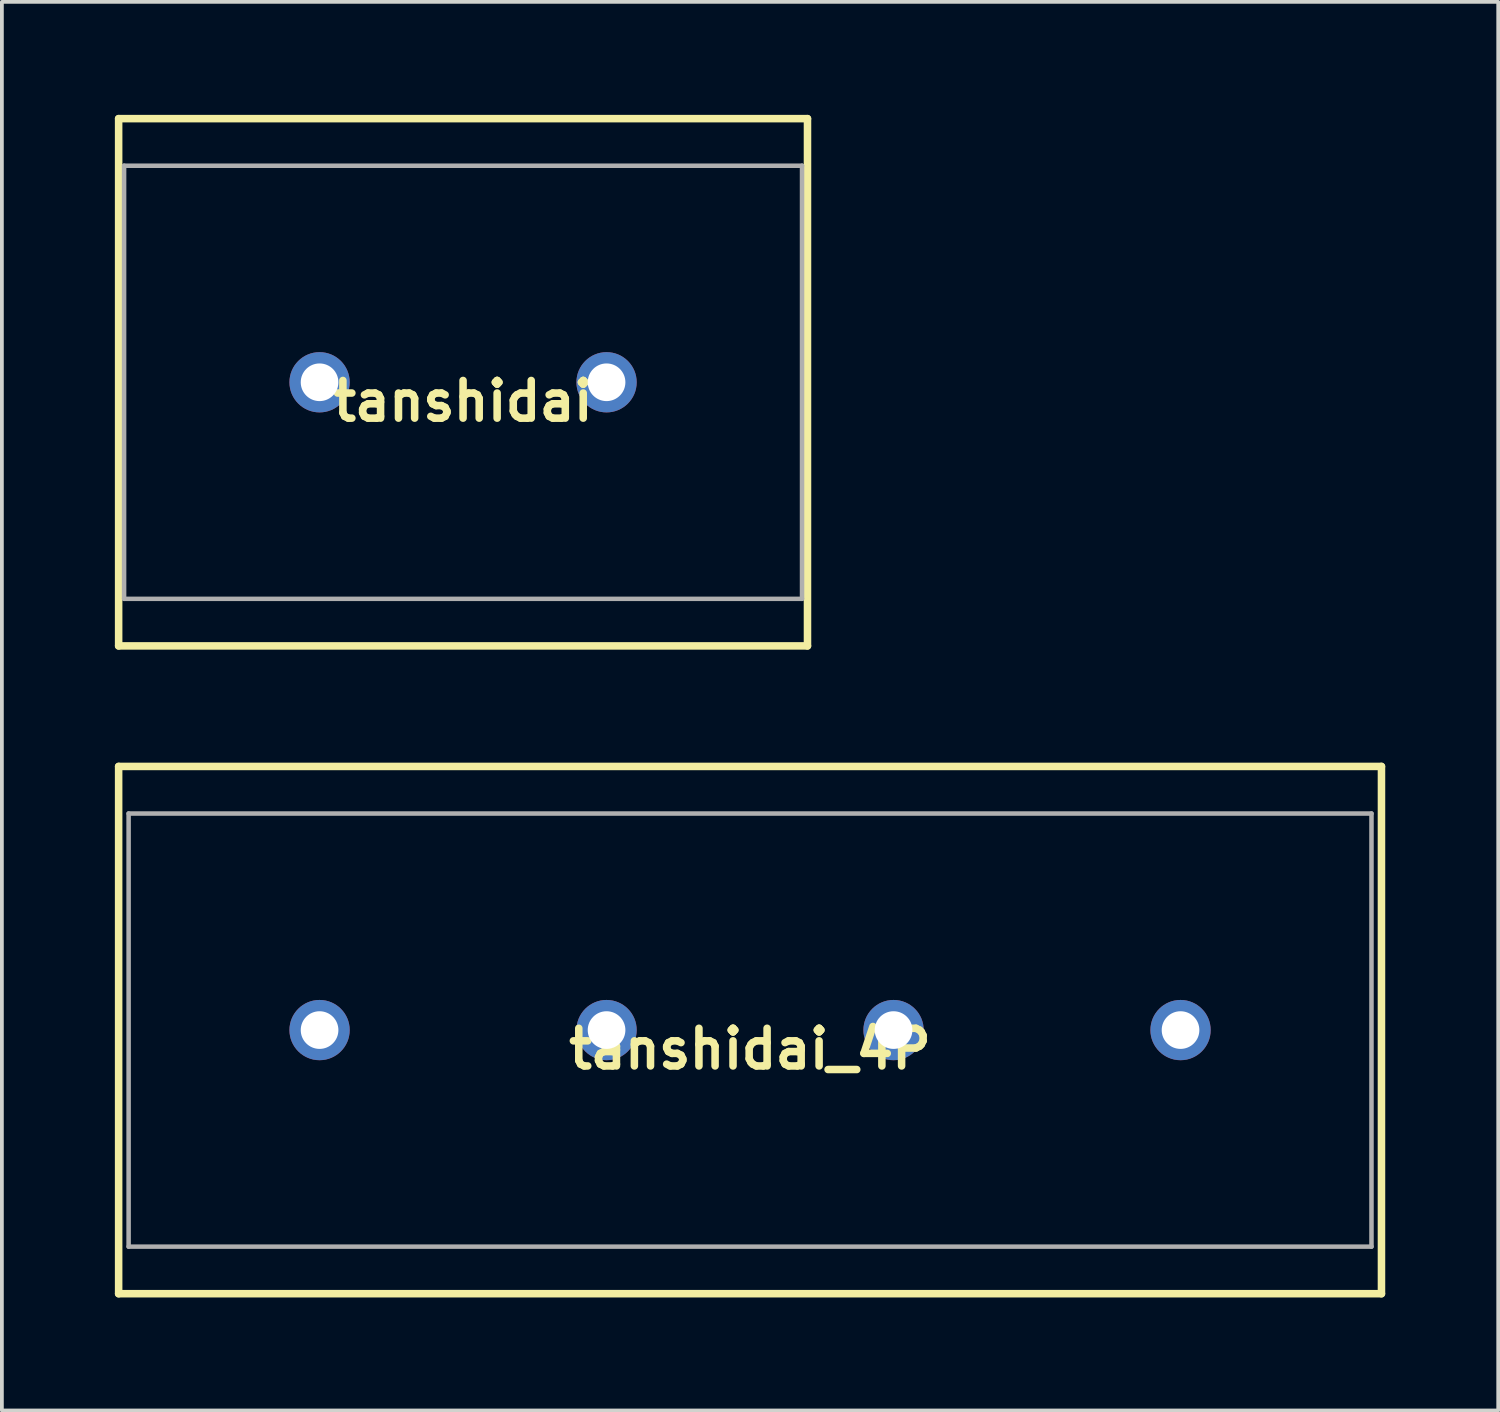
<source format=kicad_pcb>
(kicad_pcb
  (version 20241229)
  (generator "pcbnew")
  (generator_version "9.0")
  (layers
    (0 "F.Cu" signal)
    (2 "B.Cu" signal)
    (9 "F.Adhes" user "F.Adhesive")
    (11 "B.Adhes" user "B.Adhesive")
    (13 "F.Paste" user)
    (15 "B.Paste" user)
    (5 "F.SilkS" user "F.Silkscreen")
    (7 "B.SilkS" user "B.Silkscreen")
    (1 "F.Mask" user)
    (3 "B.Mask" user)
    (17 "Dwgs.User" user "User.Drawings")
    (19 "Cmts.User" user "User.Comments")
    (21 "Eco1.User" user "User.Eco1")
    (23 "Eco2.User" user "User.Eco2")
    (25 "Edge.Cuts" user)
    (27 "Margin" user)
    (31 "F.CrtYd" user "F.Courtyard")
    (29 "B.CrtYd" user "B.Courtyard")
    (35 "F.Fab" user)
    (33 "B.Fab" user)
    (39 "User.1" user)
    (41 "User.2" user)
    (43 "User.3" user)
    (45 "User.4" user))
  (footprint "tanshidai_4P"
    (layer "F.Cu")
    (at 16.865 24.3)
    (property "Reference" "tanshidai_4P" (at 0 0.5 0) (layer "F.SilkS") (effects (font (size 1 1) (thickness 0.2))))
    (attr through_hole)
    (fp_line (start -16.765 -7) (end 16.765 -7) (stroke (width 0.2) (type solid)) (layer "F.SilkS"))
    (fp_line (start -16.765 7) (end -16.765 -7) (stroke (width 0.2) (type solid)) (layer "F.SilkS"))
    (fp_line (start 16.765 -7) (end 16.765 7) (stroke (width 0.2) (type solid)) (layer "F.SilkS"))
    (fp_line (start 16.765 7) (end -16.765 7) (stroke (width 0.2) (type solid)) (layer "F.SilkS"))
    (fp_line (start -16.5 -5.75) (end -16.5 5.75) (stroke (width 0.12) (type solid)) (layer "F.Fab"))
    (fp_line (start -16.5 -5.75) (end 16.5 -5.75) (stroke (width 0.12) (type solid)) (layer "F.Fab"))
    (fp_line (start -16.5 5.75) (end 16.5 5.75) (stroke (width 0.12) (type solid)) (layer "F.Fab"))
    (fp_line (start 16.5 -5.75) (end 16.5 5.75) (stroke (width 0.12) (type solid)) (layer "F.Fab"))
    (pad "1" thru_hole circle (at -11.43 0) (size 1.6 1.6) (drill 1) (layers "*.Cu" "*.Mask"))
    (pad "2" thru_hole circle (at -3.81 0) (size 1.6 1.6) (drill 1) (layers "*.Cu" "*.Mask"))
    (pad "3" thru_hole circle (at 3.81 0) (size 1.6 1.6) (drill 1) (layers "*.Cu" "*.Mask"))
    (pad "4" thru_hole circle (at 11.43 0) (size 1.6 1.6) (drill 1) (layers "*.Cu" "*.Mask")))
  (footprint "tanshidai"
    (layer "F.Cu")
    (at 9.245 7.1)
    (property "Reference" "tanshidai" (at 0 0.5 0) (layer "F.SilkS") (effects (font (size 1 1) (thickness 0.2))))
    (attr through_hole)
    (fp_line (start -9.145 -7) (end 9.145 -7) (stroke (width 0.2) (type solid)) (layer "F.SilkS"))
    (fp_line (start -9.145 7) (end -9.145 -7) (stroke (width 0.2) (type solid)) (layer "F.SilkS"))
    (fp_line (start 9.145 -7) (end 9.145 7) (stroke (width 0.2) (type solid)) (layer "F.SilkS"))
    (fp_line (start 9.145 7) (end -9.145 7) (stroke (width 0.2) (type solid)) (layer "F.SilkS"))
    (fp_line (start -9 -5.75) (end -9 5.75) (stroke (width 0.12) (type solid)) (layer "F.Fab"))
    (fp_line (start -9 -5.75) (end 9 -5.75) (stroke (width 0.12) (type solid)) (layer "F.Fab"))
    (fp_line (start -9 5.75) (end 9 5.75) (stroke (width 0.12) (type solid)) (layer "F.Fab"))
    (fp_line (start 9 -5.75) (end 9 5.75) (stroke (width 0.12) (type solid)) (layer "F.Fab"))
    (pad "1" thru_hole circle (at -3.81 0) (size 1.6 1.6) (drill 1) (layers "*.Cu" "*.Mask"))
    (pad "2" thru_hole circle (at 3.81 0) (size 1.6 1.6) (drill 1) (layers "*.Cu" "*.Mask")))
  (gr_rect
    (start -3 -3)
    (end 36.73 34.4)
    (stroke (width 0.1) (type default))
    (fill no)
    (layer "Edge.Cuts")))
</source>
